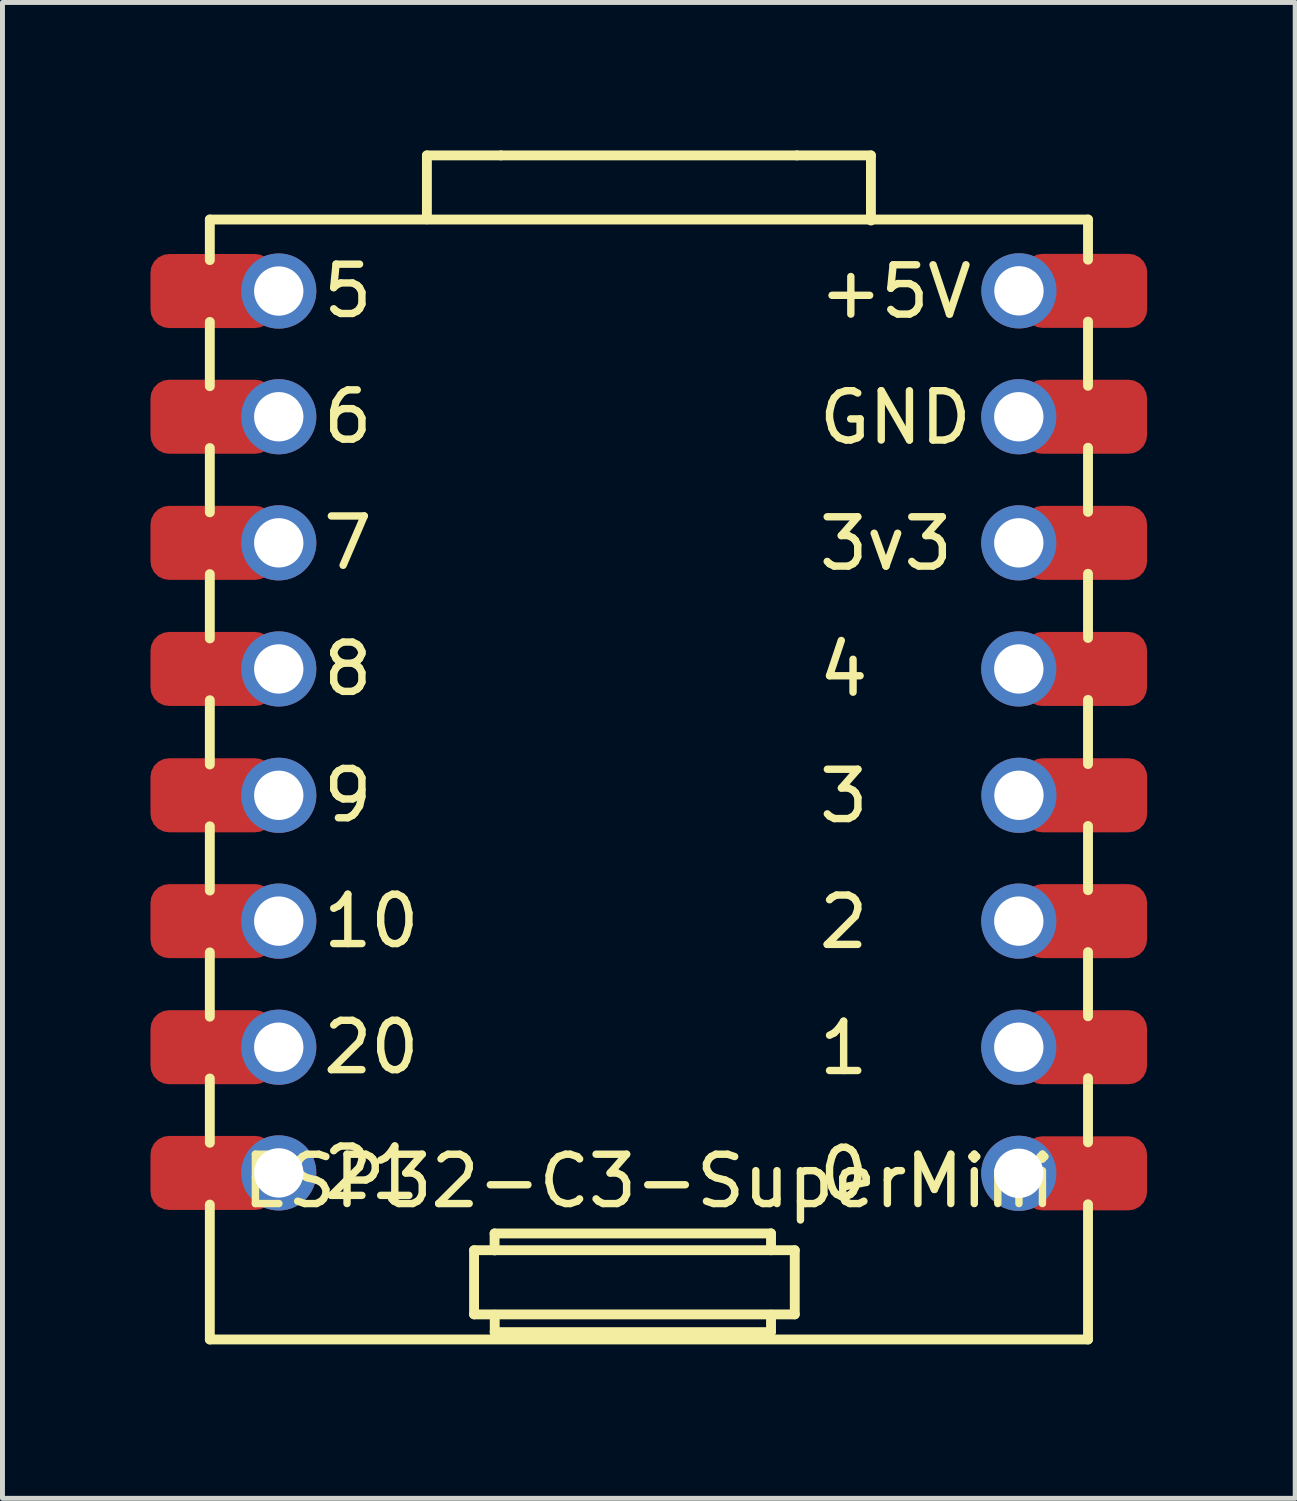
<source format=kicad_pcb>
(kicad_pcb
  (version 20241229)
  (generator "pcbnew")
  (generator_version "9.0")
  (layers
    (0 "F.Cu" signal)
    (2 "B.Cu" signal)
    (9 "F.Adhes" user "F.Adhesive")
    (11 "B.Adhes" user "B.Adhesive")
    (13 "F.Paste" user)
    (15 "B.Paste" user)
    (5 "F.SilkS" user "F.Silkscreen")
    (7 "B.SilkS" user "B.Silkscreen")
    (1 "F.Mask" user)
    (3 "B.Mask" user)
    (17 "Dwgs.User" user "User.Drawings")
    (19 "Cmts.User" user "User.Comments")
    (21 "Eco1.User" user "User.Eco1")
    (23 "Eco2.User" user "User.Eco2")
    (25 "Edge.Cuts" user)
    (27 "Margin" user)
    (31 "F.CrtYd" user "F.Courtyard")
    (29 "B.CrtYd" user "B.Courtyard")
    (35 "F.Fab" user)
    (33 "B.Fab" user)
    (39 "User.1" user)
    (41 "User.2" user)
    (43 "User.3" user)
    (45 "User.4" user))
  (footprint "ESP32-C3-SuperMini"
    (layer "F.Cu")
    (at 10.103 24.07)
    (property "Reference" "ESP32-C3-SuperMini" (at 0 -3.18 0) (unlocked yes) (layer "F.SilkS") (effects (font (size 1 1) (thickness 0.15))))
    (attr through_hole)
    (fp_line (start -8.9 -22.67) (end 8.9 -22.67) (stroke (width 0.2) (type solid)) (layer "F.SilkS"))
    (fp_line (start -8.9 -21.848) (end -8.9 -22.67) (stroke (width 0.2) (type solid)) (layer "F.SilkS"))
    (fp_line (start -8.9 -19.292) (end -8.9 -20.595) (stroke (width 0.2) (type solid)) (layer "F.SilkS"))
    (fp_line (start -8.9 -16.736) (end -8.9 -18.039) (stroke (width 0.2) (type solid)) (layer "F.SilkS"))
    (fp_line (start -8.9 -14.18) (end -8.9 -15.483) (stroke (width 0.2) (type solid)) (layer "F.SilkS"))
    (fp_line (start -8.9 -11.625) (end -8.9 -12.927) (stroke (width 0.2) (type solid)) (layer "F.SilkS"))
    (fp_line (start -8.9 -9.069) (end -8.9 -10.372) (stroke (width 0.2) (type solid)) (layer "F.SilkS"))
    (fp_line (start -8.9 -6.513) (end -8.9 -7.816) (stroke (width 0.2) (type solid)) (layer "F.SilkS"))
    (fp_line (start -8.9 -3.957) (end -8.9 -5.26) (stroke (width 0.2) (type solid)) (layer "F.SilkS"))
    (fp_line (start -8.9 0.03) (end -8.9 -2.704) (stroke (width 0.2) (type solid)) (layer "F.SilkS"))
    (fp_line (start -4.5 -23.97) (end -3 -23.97) (stroke (width 0.2) (type solid)) (layer "F.SilkS"))
    (fp_line (start -4.5 -22.675) (end -4.5 -23.97) (stroke (width 0.2) (type solid)) (layer "F.SilkS"))
    (fp_line (start -3.544 -1.779) (end 2.956 -1.779) (stroke (width 0.2) (type solid)) (layer "F.SilkS"))
    (fp_line (start -3.544 -0.479) (end -3.544 -1.779) (stroke (width 0.2) (type solid)) (layer "F.SilkS"))
    (fp_line (start -3.128 -2.119) (end 2.472 -2.119) (stroke (width 0.2) (type solid)) (layer "F.SilkS"))
    (fp_line (start -3.128 -1.775) (end -3.128 -2.119) (stroke (width 0.2) (type solid)) (layer "F.SilkS"))
    (fp_line (start -3.125 -0.128) (end -3.125 -0.472) (stroke (width 0.2) (type solid)) (layer "F.SilkS"))
    (fp_line (start -3 -23.97) (end 3 -23.97) (stroke (width 0.2) (type solid)) (layer "F.SilkS"))
    (fp_line (start 2.472 -0.119) (end -3.128 -0.119) (stroke (width 0.2) (type solid)) (layer "F.SilkS"))
    (fp_line (start 2.475 -1.778) (end 2.475 -2.122) (stroke (width 0.2) (type solid)) (layer "F.SilkS"))
    (fp_line (start 2.475 -0.128) (end 2.475 -0.472) (stroke (width 0.2) (type solid)) (layer "F.SilkS"))
    (fp_line (start 2.956 -1.779) (end 2.956 -0.479) (stroke (width 0.2) (type solid)) (layer "F.SilkS"))
    (fp_line (start 2.956 -0.479) (end -3.544 -0.479) (stroke (width 0.2) (type solid)) (layer "F.SilkS"))
    (fp_line (start 3 -23.97) (end 4.5 -23.97) (stroke (width 0.2) (type solid)) (layer "F.SilkS"))
    (fp_line (start 4.5 -23.97) (end 4.5 -22.65) (stroke (width 0.2) (type solid)) (layer "F.SilkS"))
    (fp_line (start 8.9 -22.67) (end 8.9 -21.856) (stroke (width 0.2) (type solid)) (layer "F.SilkS"))
    (fp_line (start 8.9 -20.601) (end 8.9 -19.301) (stroke (width 0.2) (type solid)) (layer "F.SilkS"))
    (fp_line (start 8.9 -18.045) (end 8.9 -16.745) (stroke (width 0.2) (type solid)) (layer "F.SilkS"))
    (fp_line (start 8.9 -15.49) (end 8.9 -14.189) (stroke (width 0.2) (type solid)) (layer "F.SilkS"))
    (fp_line (start 8.9 -12.934) (end 8.9 -11.633) (stroke (width 0.2) (type solid)) (layer "F.SilkS"))
    (fp_line (start 8.9 -10.378) (end 8.9 -9.077) (stroke (width 0.2) (type solid)) (layer "F.SilkS"))
    (fp_line (start 8.9 -7.822) (end 8.9 -6.521) (stroke (width 0.2) (type solid)) (layer "F.SilkS"))
    (fp_line (start 8.9 -5.266) (end 8.9 -3.966) (stroke (width 0.2) (type solid)) (layer "F.SilkS"))
    (fp_line (start 8.9 -2.71) (end 8.9 0.03) (stroke (width 0.2) (type solid)) (layer "F.SilkS"))
    (fp_line (start 8.9 0.03) (end -8.9 0.03) (stroke (width 0.2) (type solid)) (layer "F.SilkS"))
    (fp_text user "3" (at 3.375 -10.398 0) (unlocked yes) (layer "F.SilkS") (effects (font (size 1 1) (thickness 0.15)) (justify left bottom)))
    (fp_text user "2" (at 3.372 -7.848 0) (unlocked yes) (layer "F.SilkS") (effects (font (size 1 1) (thickness 0.15)) (justify left bottom)))
    (fp_text user "10" (at -6.678 -8.45 180) (layer "F.SilkS") (effects (font (size 1 1) (thickness 0.15)) (justify left)))
    (fp_text user "6" (at -6.678 -18.673 180) (layer "F.SilkS") (effects (font (size 1 1) (thickness 0.15)) (justify left)))
    (fp_text user "7" (at -6.678 -16.117 180) (layer "F.SilkS") (effects (font (size 1 1) (thickness 0.15)) (justify left)))
    (fp_text user "9" (at -6.678 -11 180) (layer "F.SilkS") (effects (font (size 1 1) (thickness 0.15)) (justify left)))
    (fp_text user "20" (at -6.678 -5.894 180) (layer "F.SilkS") (effects (font (size 1 1) (thickness 0.15)) (justify left)))
    (fp_text user "+5V" (at 3.375 -20.623 0) (unlocked yes) (layer "F.SilkS") (effects (font (size 1 1) (thickness 0.15)) (justify left bottom)))
    (fp_text user "1" (at 3.372 -5.292 0) (unlocked yes) (layer "F.SilkS") (effects (font (size 1 1) (thickness 0.15)) (justify left bottom)))
    (fp_text user "21" (at -6.678 -3.346 180) (layer "F.SilkS") (effects (font (size 1 1) (thickness 0.15)) (justify left)))
    (fp_text user "4" (at 3.372 -12.96 0) (unlocked yes) (layer "F.SilkS") (effects (font (size 1 1) (thickness 0.15)) (justify left bottom)))
    (fp_text user "5" (at -6.678 -21.221 180) (layer "F.SilkS") (effects (font (size 1 1) (thickness 0.15)) (justify left)))
    (fp_text user "3v3" (at 3.372 -15.515 0) (unlocked yes) (layer "F.SilkS") (effects (font (size 1 1) (thickness 0.15)) (justify left bottom)))
    (fp_text user "8" (at -6.678 -13.561 180) (layer "F.SilkS") (effects (font (size 1 1) (thickness 0.15)) (justify left)))
    (fp_text user "GND" (at 3.372 -18.071 0) (unlocked yes) (layer "F.SilkS") (effects (font (size 1 1) (thickness 0.15)) (justify left bottom)))
    (fp_text user "0" (at 3.372 -2.736 0) (unlocked yes) (layer "F.SilkS") (effects (font (size 1 1) (thickness 0.15)) (justify left bottom)))
    (pad "1" smd roundrect (at -8.853 -21.221 270) (size 1.5 2.5) (layers "F.Cu" "F.Mask" "F.Paste") (roundrect_rratio 0.25))
    (pad "1" thru_hole circle (at -7.503 -21.221 180) (size 1.524 1.524) (drill 1) (layers "*.Cu" "*.Mask"))
    (pad "2" thru_hole circle (at 7.5 -21.225) (size 1.524 1.524) (drill 1) (layers "*.Cu" "*.Mask"))
    (pad "2" smd roundrect (at 8.85 -21.225 90) (size 1.5 2.5) (layers "F.Cu" "F.Mask" "F.Paste") (roundrect_rratio 0.25))
    (pad "3" smd roundrect (at -8.853 -18.673 270) (size 1.5 2.5) (layers "F.Cu" "F.Mask" "F.Paste") (roundrect_rratio 0.25))
    (pad "3" thru_hole circle (at -7.503 -18.673 180) (size 1.524 1.524) (drill 1) (layers "*.Cu" "*.Mask"))
    (pad "4" thru_hole circle (at 7.497 -18.673) (size 1.524 1.524) (drill 1) (layers "*.Cu" "*.Mask"))
    (pad "4" smd roundrect (at 8.847 -18.673 90) (size 1.5 2.5) (layers "F.Cu" "F.Mask" "F.Paste") (roundrect_rratio 0.25))
    (pad "5" smd roundrect (at -8.853 -16.117 270) (size 1.5 2.5) (layers "F.Cu" "F.Mask" "F.Paste") (roundrect_rratio 0.25))
    (pad "5" thru_hole circle (at -7.503 -16.117 180) (size 1.524 1.524) (drill 1) (layers "*.Cu" "*.Mask"))
    (pad "6" thru_hole circle (at 7.497 -16.117) (size 1.524 1.524) (drill 1) (layers "*.Cu" "*.Mask"))
    (pad "6" smd roundrect (at 8.847 -16.117 90) (size 1.5 2.5) (layers "F.Cu" "F.Mask" "F.Paste") (roundrect_rratio 0.25))
    (pad "7" smd roundrect (at -8.853 -13.561 270) (size 1.5 2.5) (layers "F.Cu" "F.Mask" "F.Paste") (roundrect_rratio 0.25))
    (pad "7" thru_hole circle (at -7.503 -13.561 180) (size 1.524 1.524) (drill 1) (layers "*.Cu" "*.Mask"))
    (pad "8" thru_hole circle (at 7.497 -13.561) (size 1.524 1.524) (drill 1) (layers "*.Cu" "*.Mask"))
    (pad "8" smd roundrect (at 8.847 -13.561 90) (size 1.5 2.5) (layers "F.Cu" "F.Mask" "F.Paste") (roundrect_rratio 0.25))
    (pad "9" smd roundrect (at -8.853 -11 270) (size 1.5 2.5) (layers "F.Cu" "F.Mask" "F.Paste") (roundrect_rratio 0.25))
    (pad "9" thru_hole circle (at -7.503 -11 180) (size 1.524 1.524) (drill 1) (layers "*.Cu" "*.Mask"))
    (pad "10" thru_hole circle (at 7.5 -11) (size 1.524 1.524) (drill 1) (layers "*.Cu" "*.Mask"))
    (pad "10" smd roundrect (at 8.85 -11 90) (size 1.5 2.5) (layers "F.Cu" "F.Mask" "F.Paste") (roundrect_rratio 0.25))
    (pad "11" smd roundrect (at -8.853 -8.45 270) (size 1.5 2.5) (layers "F.Cu" "F.Mask" "F.Paste") (roundrect_rratio 0.25))
    (pad "11" thru_hole circle (at -7.503 -8.45 180) (size 1.524 1.524) (drill 1) (layers "*.Cu" "*.Mask"))
    (pad "12" thru_hole circle (at 7.497 -8.45) (size 1.524 1.524) (drill 1) (layers "*.Cu" "*.Mask"))
    (pad "12" smd roundrect (at 8.847 -8.45 90) (size 1.5 2.5) (layers "F.Cu" "F.Mask" "F.Paste") (roundrect_rratio 0.25))
    (pad "13" smd roundrect (at -8.853 -5.894 270) (size 1.5 2.5) (layers "F.Cu" "F.Mask" "F.Paste") (roundrect_rratio 0.25))
    (pad "13" thru_hole circle (at -7.503 -5.894 180) (size 1.524 1.524) (drill 1) (layers "*.Cu" "*.Mask"))
    (pad "14" thru_hole circle (at 7.497 -5.894) (size 1.524 1.524) (drill 1) (layers "*.Cu" "*.Mask"))
    (pad "14" smd roundrect (at 8.847 -5.894 90) (size 1.5 2.5) (layers "F.Cu" "F.Mask" "F.Paste") (roundrect_rratio 0.25))
    (pad "15" smd roundrect (at -8.853 -3.346 270) (size 1.5 2.5) (layers "F.Cu" "F.Mask" "F.Paste") (roundrect_rratio 0.25))
    (pad "15" thru_hole circle (at -7.503 -3.346 180) (size 1.524 1.524) (drill 1) (layers "*.Cu" "*.Mask"))
    (pad "16" thru_hole circle (at 7.497 -3.338) (size 1.524 1.524) (drill 1) (layers "*.Cu" "*.Mask"))
    (pad "16" smd roundrect (at 8.847 -3.338 90) (size 1.5 2.5) (layers "F.Cu" "F.Mask" "F.Paste") (roundrect_rratio 0.25))
    (zone (net_name "") (layers "F.Cu" "B.Cu") (name "ANT") (hatch edge 0.5) (connect_pads) (min_thickness 0.25) (filled_areas_thickness no) (keepout (tracks not_allowed) (vias not_allowed) (pads not_allowed) (copperpour not_allowed) (footprints not_allowed)) (placement (enabled no)) (fill) (polygon (pts (xy 6.106 24.195) (xy 6.116 21.474) (xy 13.623 21.487) (xy 13.623 24.195)))))
  (gr_rect
    (start -3 -3)
    (end 23.203 27.32)
    (stroke (width 0.1) (type default))
    (fill no)
    (layer "Edge.Cuts")))
</source>
